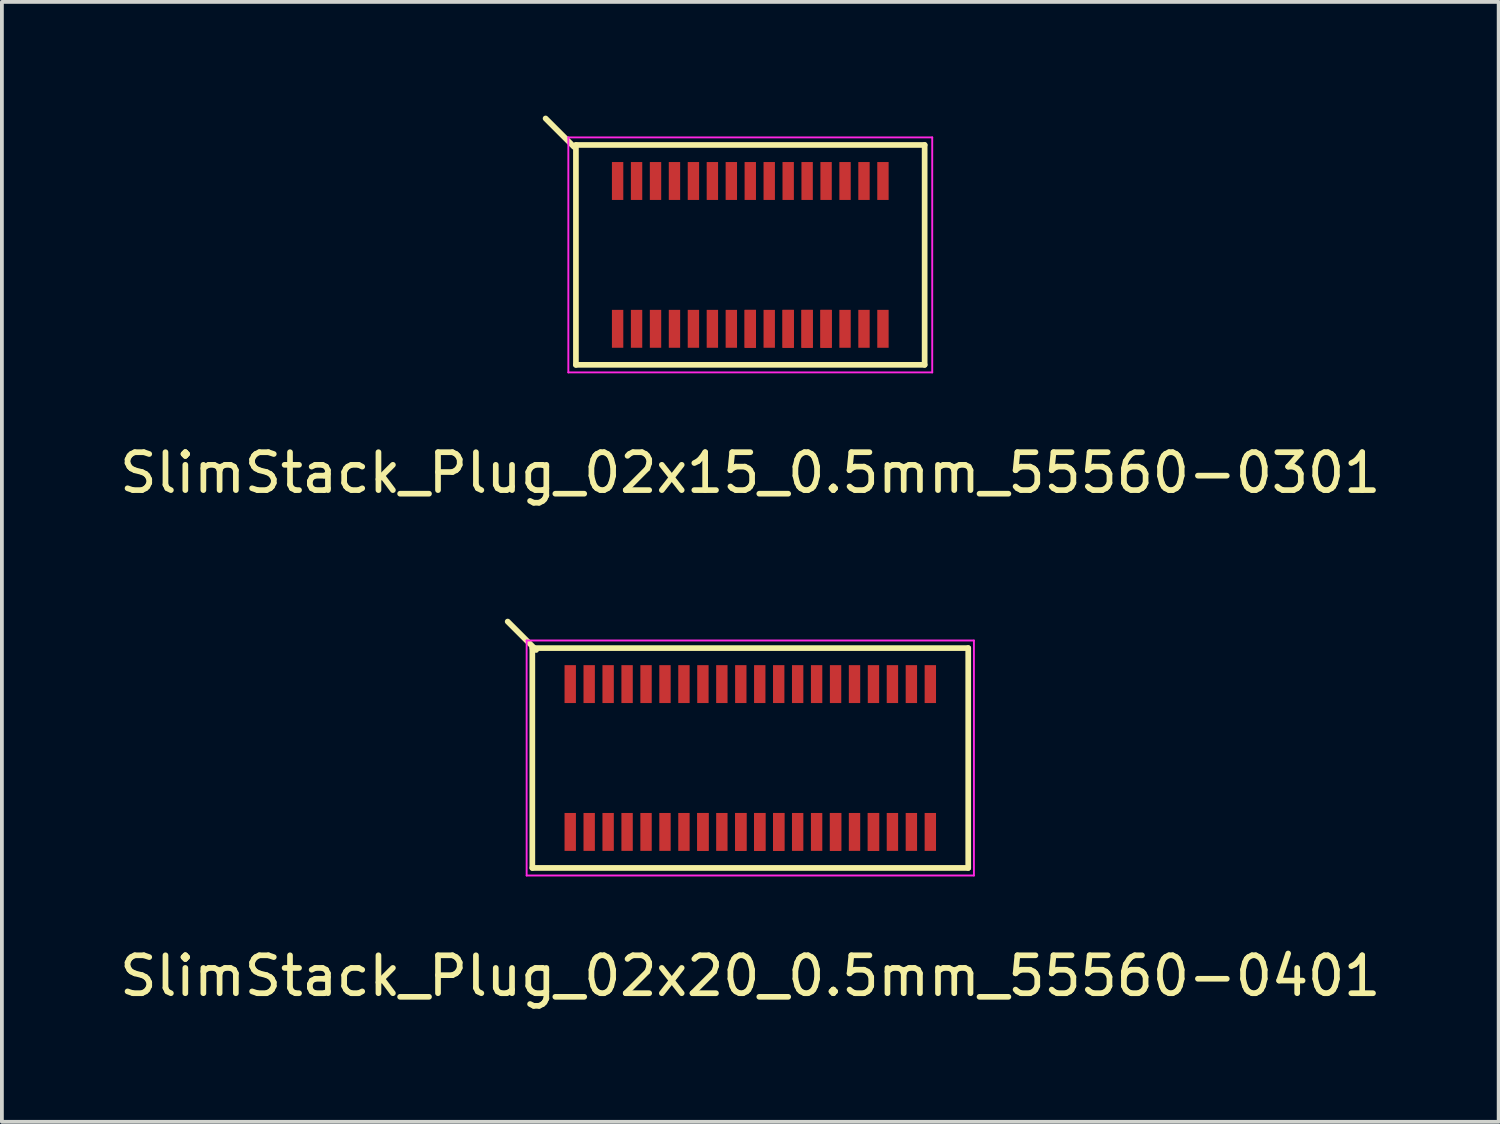
<source format=kicad_pcb>
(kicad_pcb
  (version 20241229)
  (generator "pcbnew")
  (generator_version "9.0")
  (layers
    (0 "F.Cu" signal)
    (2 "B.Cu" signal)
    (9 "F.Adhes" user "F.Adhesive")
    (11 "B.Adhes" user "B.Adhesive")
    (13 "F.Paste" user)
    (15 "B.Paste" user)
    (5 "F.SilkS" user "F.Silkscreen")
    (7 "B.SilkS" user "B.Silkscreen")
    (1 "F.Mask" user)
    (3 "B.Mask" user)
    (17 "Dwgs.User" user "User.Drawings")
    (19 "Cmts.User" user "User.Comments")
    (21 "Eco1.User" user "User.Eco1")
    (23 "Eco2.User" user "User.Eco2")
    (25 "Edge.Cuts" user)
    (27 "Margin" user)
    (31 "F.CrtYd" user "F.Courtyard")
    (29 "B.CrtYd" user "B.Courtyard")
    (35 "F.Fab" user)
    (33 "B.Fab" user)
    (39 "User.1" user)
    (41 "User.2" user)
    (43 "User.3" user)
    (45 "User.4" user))
  (footprint "SlimStack_Plug_02x20_0.5mm_55560-0401"
    (layer "F.Cu")
    (at 16.744 16.948)
    (property "Reference" "SlimStack_Plug_02x20_0.5mm_55560-0401" (at 0 5.75 0) (layer "F.SilkS") (effects (font (size 1 1) (thickness 0.15))))
    (attr smd)
    (fp_line (start -5.75 -2.9) (end -5.75 2.9) (stroke (width 0.15) (type solid)) (layer "F.SilkS"))
    (fp_line (start -5.75 2.9) (end 5.75 2.9) (stroke (width 0.15) (type solid)) (layer "F.SilkS"))
    (fp_line (start -5.65 -2.85) (end -6.4 -3.6) (stroke (width 0.15) (type solid)) (layer "F.SilkS"))
    (fp_line (start 5.75 -2.9) (end -5.75 -2.9) (stroke (width 0.15) (type solid)) (layer "F.SilkS"))
    (fp_line (start 5.75 2.9) (end 5.75 -2.9) (stroke (width 0.15) (type solid)) (layer "F.SilkS"))
    (fp_line (start -5.9 -3.1) (end -5.9 3.1) (stroke (width 0.05) (type solid)) (layer "F.CrtYd"))
    (fp_line (start -5.9 3.1) (end 5.9 3.1) (stroke (width 0.05) (type solid)) (layer "F.CrtYd"))
    (fp_line (start 5.9 -3.1) (end -5.9 -3.1) (stroke (width 0.05) (type solid)) (layer "F.CrtYd"))
    (fp_line (start 5.9 3.1) (end 5.9 -3.1) (stroke (width 0.05) (type solid)) (layer "F.CrtYd"))
    (pad "1" smd rect (at -4.75 -1.95) (size 0.3 1) (layers "F.Cu" "F.Mask" "F.Paste"))
    (pad "2" smd rect (at -4.75 1.95) (size 0.3 1) (layers "F.Cu" "F.Mask" "F.Paste"))
    (pad "3" smd rect (at -4.25 -1.95) (size 0.3 1) (layers "F.Cu" "F.Mask" "F.Paste"))
    (pad "4" smd rect (at -4.25 1.95) (size 0.3 1) (layers "F.Cu" "F.Mask" "F.Paste"))
    (pad "5" smd rect (at -3.75 -1.95) (size 0.3 1) (layers "F.Cu" "F.Mask" "F.Paste"))
    (pad "6" smd rect (at -3.75 1.95) (size 0.3 1) (layers "F.Cu" "F.Mask" "F.Paste"))
    (pad "7" smd rect (at -3.25 -1.95) (size 0.3 1) (layers "F.Cu" "F.Mask" "F.Paste"))
    (pad "8" smd rect (at -3.25 1.95) (size 0.3 1) (layers "F.Cu" "F.Mask" "F.Paste"))
    (pad "9" smd rect (at -2.75 -1.95) (size 0.3 1) (layers "F.Cu" "F.Mask" "F.Paste"))
    (pad "10" smd rect (at -2.75 1.95) (size 0.3 1) (layers "F.Cu" "F.Mask" "F.Paste"))
    (pad "11" smd rect (at -2.25 -1.95) (size 0.3 1) (layers "F.Cu" "F.Mask" "F.Paste"))
    (pad "12" smd rect (at -2.25 1.95) (size 0.3 1) (layers "F.Cu" "F.Mask" "F.Paste"))
    (pad "13" smd rect (at -1.75 -1.95) (size 0.3 1) (layers "F.Cu" "F.Mask" "F.Paste"))
    (pad "14" smd rect (at -1.75 1.95) (size 0.3 1) (layers "F.Cu" "F.Mask" "F.Paste"))
    (pad "15" smd rect (at -1.25 -1.95) (size 0.3 1) (layers "F.Cu" "F.Mask" "F.Paste"))
    (pad "16" smd rect (at -1.25 1.95) (size 0.3 1) (layers "F.Cu" "F.Mask" "F.Paste"))
    (pad "16" smd rect (at -1.25 1.95) (size 0.3 1) (layers "F.Cu" "F.Mask" "F.Paste"))
    (pad "17" smd rect (at -0.75 -1.95) (size 0.3 1) (layers "F.Cu" "F.Mask" "F.Paste"))
    (pad "18" smd rect (at -0.75 1.95) (size 0.3 1) (layers "F.Cu" "F.Mask" "F.Paste"))
    (pad "19" smd rect (at -0.25 -1.95) (size 0.3 1) (layers "F.Cu" "F.Mask" "F.Paste"))
    (pad "20" smd rect (at -0.25 1.95) (size 0.3 1) (layers "F.Cu" "F.Mask" "F.Paste"))
    (pad "20" smd rect (at -0.25 1.95) (size 0.3 1) (layers "F.Cu" "F.Mask" "F.Paste"))
    (pad "21" smd rect (at 0.25 -1.95) (size 0.3 1) (layers "F.Cu" "F.Mask" "F.Paste"))
    (pad "22" smd rect (at 0.25 1.95) (size 0.3 1) (layers "F.Cu" "F.Mask" "F.Paste"))
    (pad "22" smd rect (at 0.25 1.95) (size 0.3 1) (layers "F.Cu" "F.Mask" "F.Paste"))
    (pad "23" smd rect (at 0.75 -1.95) (size 0.3 1) (layers "F.Cu" "F.Mask" "F.Paste"))
    (pad "24" smd rect (at 0.75 1.95) (size 0.3 1) (layers "F.Cu" "F.Mask" "F.Paste"))
    (pad "24" smd rect (at 0.75 1.95) (size 0.3 1) (layers "F.Cu" "F.Mask" "F.Paste"))
    (pad "25" smd rect (at 1.25 -1.95) (size 0.3 1) (layers "F.Cu" "F.Mask" "F.Paste"))
    (pad "26" smd rect (at 1.25 1.95) (size 0.3 1) (layers "F.Cu" "F.Mask" "F.Paste"))
    (pad "27" smd rect (at 1.75 -1.95) (size 0.3 1) (layers "F.Cu" "F.Mask" "F.Paste"))
    (pad "28" smd rect (at 1.75 1.95) (size 0.3 1) (layers "F.Cu" "F.Mask" "F.Paste"))
    (pad "29" smd rect (at 2.25 -1.95) (size 0.3 1) (layers "F.Cu" "F.Mask" "F.Paste"))
    (pad "30" smd rect (at 2.25 1.95) (size 0.3 1) (layers "F.Cu" "F.Mask" "F.Paste"))
    (pad "30" smd rect (at 2.25 1.95) (size 0.3 1) (layers "F.Cu" "F.Mask" "F.Paste"))
    (pad "31" smd rect (at 2.75 -1.95) (size 0.3 1) (layers "F.Cu" "F.Mask" "F.Paste"))
    (pad "32" smd rect (at 2.75 1.95) (size 0.3 1) (layers "F.Cu" "F.Mask" "F.Paste"))
    (pad "33" smd rect (at 3.25 -1.95) (size 0.3 1) (layers "F.Cu" "F.Mask" "F.Paste"))
    (pad "34" smd rect (at 3.25 1.95) (size 0.3 1) (layers "F.Cu" "F.Mask" "F.Paste"))
    (pad "34" smd rect (at 3.25 1.95) (size 0.3 1) (layers "F.Cu" "F.Mask" "F.Paste"))
    (pad "35" smd rect (at 3.75 -1.95) (size 0.3 1) (layers "F.Cu" "F.Mask" "F.Paste"))
    (pad "36" smd rect (at 3.75 1.95) (size 0.3 1) (layers "F.Cu" "F.Mask" "F.Paste"))
    (pad "37" smd rect (at 4.25 -1.95) (size 0.3 1) (layers "F.Cu" "F.Mask" "F.Paste"))
    (pad "38" smd rect (at 4.25 1.95) (size 0.3 1) (layers "F.Cu" "F.Mask" "F.Paste"))
    (pad "39" smd rect (at 4.75 -1.95) (size 0.3 1) (layers "F.Cu" "F.Mask" "F.Paste"))
    (pad "40" smd rect (at 4.75 1.95) (size 0.3 1) (layers "F.Cu" "F.Mask" "F.Paste")))
  (footprint "SlimStack_Plug_02x15_0.5mm_55560-0301"
    (layer "F.Cu")
    (at 16.744 3.675)
    (property "Reference" "SlimStack_Plug_02x15_0.5mm_55560-0301" (at 0 5.75 0) (layer "F.SilkS") (effects (font (size 1 1) (thickness 0.15))))
    (attr smd)
    (fp_line (start -4.65 -2.85) (end -5.4 -3.6) (stroke (width 0.15) (type solid)) (layer "F.SilkS"))
    (fp_line (start -4.6 -2.9) (end -4.6 2.9) (stroke (width 0.15) (type solid)) (layer "F.SilkS"))
    (fp_line (start -4.6 2.9) (end 4.6 2.9) (stroke (width 0.15) (type solid)) (layer "F.SilkS"))
    (fp_line (start 4.6 -2.9) (end -4.6 -2.9) (stroke (width 0.15) (type solid)) (layer "F.SilkS"))
    (fp_line (start 4.6 2.9) (end 4.6 -2.9) (stroke (width 0.15) (type solid)) (layer "F.SilkS"))
    (fp_line (start -4.8 -3.1) (end -4.8 3.1) (stroke (width 0.05) (type solid)) (layer "F.CrtYd"))
    (fp_line (start -4.8 3.1) (end 4.8 3.1) (stroke (width 0.05) (type solid)) (layer "F.CrtYd"))
    (fp_line (start 4.8 -3.1) (end -4.8 -3.1) (stroke (width 0.05) (type solid)) (layer "F.CrtYd"))
    (fp_line (start 4.8 3.1) (end 4.8 -3.1) (stroke (width 0.05) (type solid)) (layer "F.CrtYd"))
    (pad "1" smd rect (at -3.5 -1.95) (size 0.3 1) (layers "F.Cu" "F.Mask" "F.Paste"))
    (pad "2" smd rect (at -3.5 1.95) (size 0.3 1) (layers "F.Cu" "F.Mask" "F.Paste"))
    (pad "3" smd rect (at -3 -1.95) (size 0.3 1) (layers "F.Cu" "F.Mask" "F.Paste"))
    (pad "4" smd rect (at -3 1.95) (size 0.3 1) (layers "F.Cu" "F.Mask" "F.Paste"))
    (pad "5" smd rect (at -2.5 -1.95) (size 0.3 1) (layers "F.Cu" "F.Mask" "F.Paste"))
    (pad "6" smd rect (at -2.5 1.95) (size 0.3 1) (layers "F.Cu" "F.Mask" "F.Paste"))
    (pad "7" smd rect (at -2 -1.95) (size 0.3 1) (layers "F.Cu" "F.Mask" "F.Paste"))
    (pad "8" smd rect (at -2 1.95) (size 0.3 1) (layers "F.Cu" "F.Mask" "F.Paste"))
    (pad "9" smd rect (at -1.5 -1.95) (size 0.3 1) (layers "F.Cu" "F.Mask" "F.Paste"))
    (pad "10" smd rect (at -1.5 1.95) (size 0.3 1) (layers "F.Cu" "F.Mask" "F.Paste"))
    (pad "11" smd rect (at -1 -1.95) (size 0.3 1) (layers "F.Cu" "F.Mask" "F.Paste"))
    (pad "12" smd rect (at -1 1.95) (size 0.3 1) (layers "F.Cu" "F.Mask" "F.Paste"))
    (pad "13" smd rect (at -0.5 -1.95) (size 0.3 1) (layers "F.Cu" "F.Mask" "F.Paste"))
    (pad "14" smd rect (at -0.5 1.95) (size 0.3 1) (layers "F.Cu" "F.Mask" "F.Paste"))
    (pad "15" smd rect (at 0 -1.95) (size 0.3 1) (layers "F.Cu" "F.Mask" "F.Paste"))
    (pad "16" smd rect (at 0 1.95) (size 0.3 1) (layers "F.Cu" "F.Mask" "F.Paste"))
    (pad "16" smd rect (at 0 1.95) (size 0.3 1) (layers "F.Cu" "F.Mask" "F.Paste"))
    (pad "17" smd rect (at 0.5 -1.95) (size 0.3 1) (layers "F.Cu" "F.Mask" "F.Paste"))
    (pad "18" smd rect (at 0.5 1.95) (size 0.3 1) (layers "F.Cu" "F.Mask" "F.Paste"))
    (pad "19" smd rect (at 1 -1.95) (size 0.3 1) (layers "F.Cu" "F.Mask" "F.Paste"))
    (pad "20" smd rect (at 1 1.95) (size 0.3 1) (layers "F.Cu" "F.Mask" "F.Paste"))
    (pad "20" smd rect (at 1 1.95) (size 0.3 1) (layers "F.Cu" "F.Mask" "F.Paste"))
    (pad "21" smd rect (at 1.5 -1.95) (size 0.3 1) (layers "F.Cu" "F.Mask" "F.Paste"))
    (pad "22" smd rect (at 1.5 1.95) (size 0.3 1) (layers "F.Cu" "F.Mask" "F.Paste"))
    (pad "22" smd rect (at 1.5 1.95) (size 0.3 1) (layers "F.Cu" "F.Mask" "F.Paste"))
    (pad "23" smd rect (at 2 -1.95) (size 0.3 1) (layers "F.Cu" "F.Mask" "F.Paste"))
    (pad "24" smd rect (at 2 1.95) (size 0.3 1) (layers "F.Cu" "F.Mask" "F.Paste"))
    (pad "24" smd rect (at 2 1.95) (size 0.3 1) (layers "F.Cu" "F.Mask" "F.Paste"))
    (pad "25" smd rect (at 2.5 -1.95) (size 0.3 1) (layers "F.Cu" "F.Mask" "F.Paste"))
    (pad "26" smd rect (at 2.5 1.95) (size 0.3 1) (layers "F.Cu" "F.Mask" "F.Paste"))
    (pad "27" smd rect (at 3 -1.95) (size 0.3 1) (layers "F.Cu" "F.Mask" "F.Paste"))
    (pad "28" smd rect (at 3 1.95) (size 0.3 1) (layers "F.Cu" "F.Mask" "F.Paste"))
    (pad "29" smd rect (at 3.5 -1.95) (size 0.3 1) (layers "F.Cu" "F.Mask" "F.Paste"))
    (pad "30" smd rect (at 3.5 1.95) (size 0.3 1) (layers "F.Cu" "F.Mask" "F.Paste")))
  (gr_rect
    (start -3 -3)
    (end 36.488 26.547)
    (stroke (width 0.1) (type default))
    (fill no)
    (layer "Edge.Cuts")))
</source>
